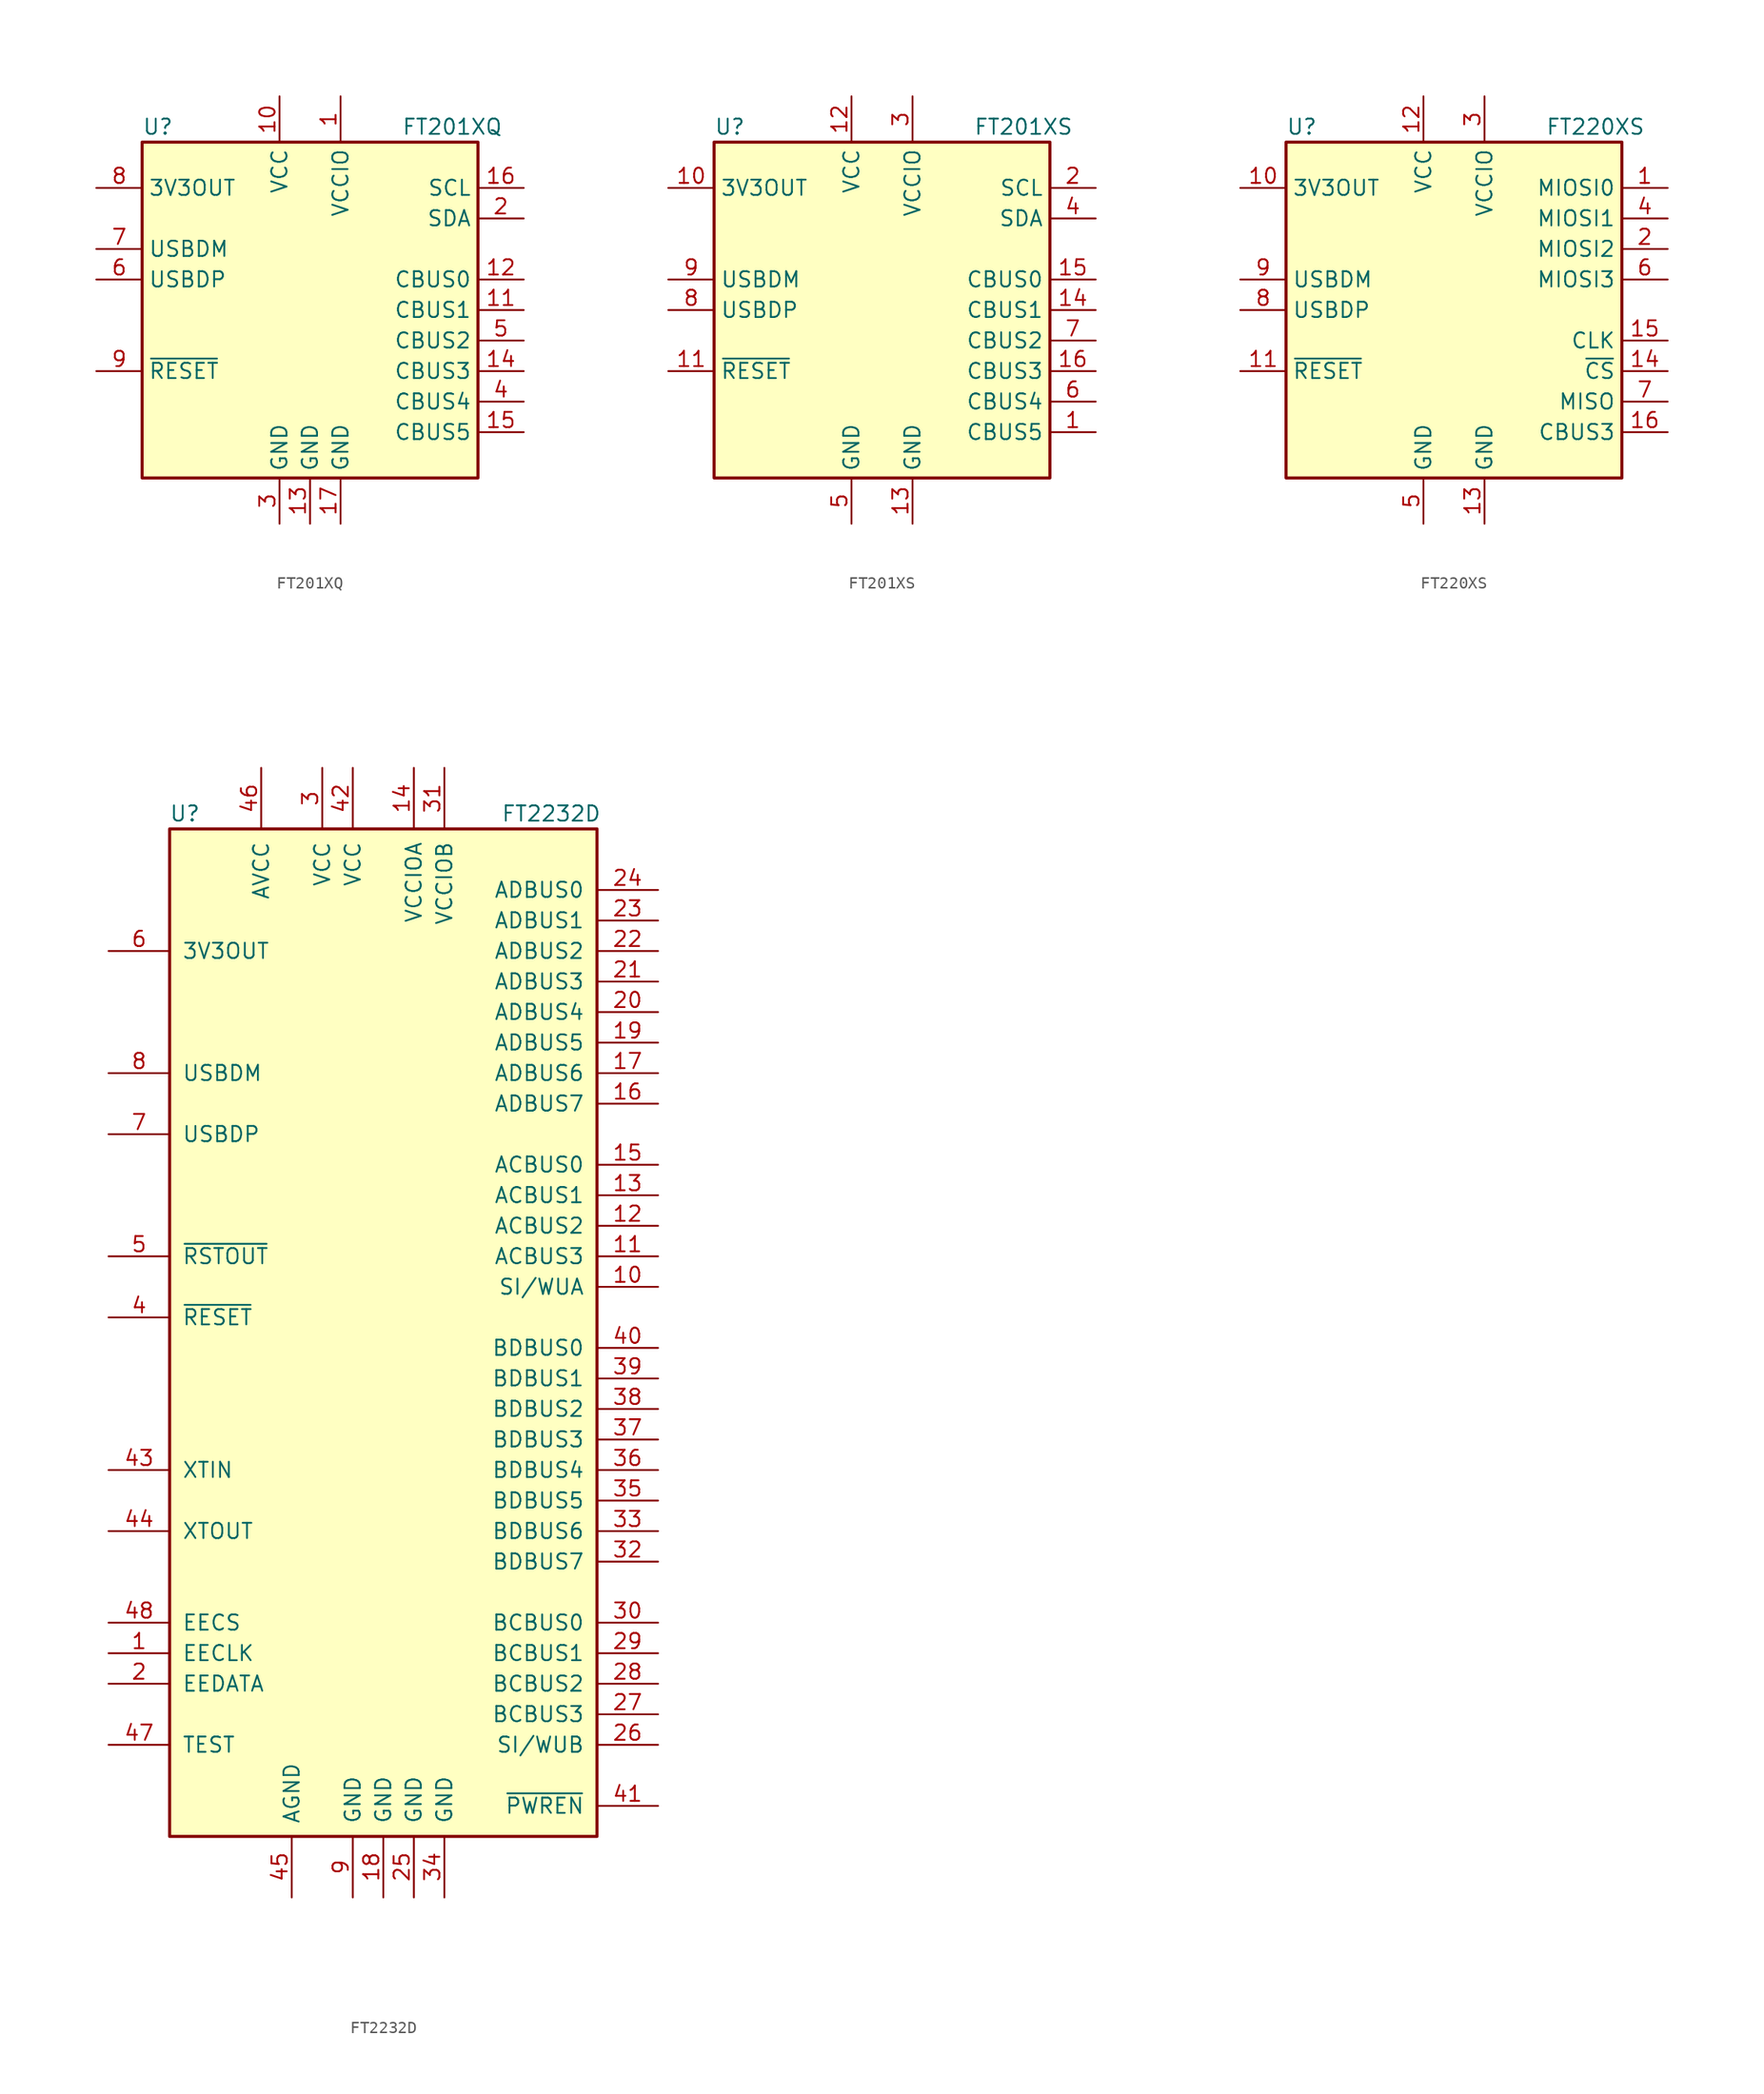
<source format=kicad_sym>
(kicad_symbol_lib
  (version 20241209)
  (generator "kicad_symbol_editor")
  (generator_version "9.0")
  (symbol "FT201XQ"
    (property "Reference" "U"
      (at -13.97 15.24 0)
      (effects (font (size 1.27 1.27)) (justify left)))
    (property "Value" "FT201XQ"
      (at 7.62 15.24 0)
      (effects (font (size 1.27 1.27)) (justify left)))
    (symbol "FT201XQ_0_1"
      (rectangle (start -13.97 13.97) (end 13.97 -13.97) (stroke (width 0.254) (type default)) (fill (type background))))
    (symbol "FT201XQ_1_1"
      (pin power_out line (at -17.78 10.16 0) (length 3.81) (name "3V3OUT" (effects (font (size 1.27 1.27)))) (number "8" (effects (font (size 1.27 1.27)))))
      (pin bidirectional line (at -17.78 5.08 0) (length 3.81) (name "USBDM" (effects (font (size 1.27 1.27)))) (number "7" (effects (font (size 1.27 1.27)))))
      (pin bidirectional line (at -17.78 2.54 0) (length 3.81) (name "USBDP" (effects (font (size 1.27 1.27)))) (number "6" (effects (font (size 1.27 1.27)))))
      (pin input line (at -17.78 -5.08 0) (length 3.81) (name "~{RESET}" (effects (font (size 1.27 1.27)))) (number "9" (effects (font (size 1.27 1.27)))))
      (pin power_in line (at -2.54 17.78 270) (length 3.81) (name "VCC" (effects (font (size 1.27 1.27)))) (number "10" (effects (font (size 1.27 1.27)))))
      (pin power_in line (at -2.54 -17.78 90) (length 3.81) (name "GND" (effects (font (size 1.27 1.27)))) (number "3" (effects (font (size 1.27 1.27)))))
      (pin power_in line (at 0 -17.78 90) (length 3.81) (name "GND" (effects (font (size 1.27 1.27)))) (number "13" (effects (font (size 1.27 1.27)))))
      (pin power_in line (at 2.54 17.78 270) (length 3.81) (name "VCCIO" (effects (font (size 1.27 1.27)))) (number "1" (effects (font (size 1.27 1.27)))))
      (pin power_in line (at 2.54 -17.78 90) (length 3.81) (name "GND" (effects (font (size 1.27 1.27)))) (number "17" (effects (font (size 1.27 1.27)))))
      (pin input line (at 17.78 10.16 180) (length 3.81) (name "SCL" (effects (font (size 1.27 1.27)))) (number "16" (effects (font (size 1.27 1.27)))))
      (pin bidirectional line (at 17.78 7.62 180) (length 3.81) (name "SDA" (effects (font (size 1.27 1.27)))) (number "2" (effects (font (size 1.27 1.27)))))
      (pin bidirectional line (at 17.78 2.54 180) (length 3.81) (name "CBUS0" (effects (font (size 1.27 1.27)))) (number "12" (effects (font (size 1.27 1.27)))))
      (pin bidirectional line (at 17.78 0 180) (length 3.81) (name "CBUS1" (effects (font (size 1.27 1.27)))) (number "11" (effects (font (size 1.27 1.27)))))
      (pin bidirectional line (at 17.78 -2.54 180) (length 3.81) (name "CBUS2" (effects (font (size 1.27 1.27)))) (number "5" (effects (font (size 1.27 1.27)))))
      (pin bidirectional line (at 17.78 -5.08 180) (length 3.81) (name "CBUS3" (effects (font (size 1.27 1.27)))) (number "14" (effects (font (size 1.27 1.27)))))
      (pin bidirectional line (at 17.78 -7.62 180) (length 3.81) (name "CBUS4" (effects (font (size 1.27 1.27)))) (number "4" (effects (font (size 1.27 1.27)))))
      (pin bidirectional line (at 17.78 -10.16 180) (length 3.81) (name "CBUS5" (effects (font (size 1.27 1.27)))) (number "15" (effects (font (size 1.27 1.27)))))))
  (symbol "FT201XS"
    (property "Reference" "U"
      (at -13.97 15.24 0)
      (effects (font (size 1.27 1.27)) (justify left)))
    (property "Value" "FT201XS"
      (at 7.62 15.24 0)
      (effects (font (size 1.27 1.27)) (justify left)))
    (symbol "FT201XS_0_1"
      (rectangle (start -13.97 13.97) (end 13.97 -13.97) (stroke (width 0.254) (type default)) (fill (type background))))
    (symbol "FT201XS_1_1"
      (pin power_out line (at -17.78 10.16 0) (length 3.81) (name "3V3OUT" (effects (font (size 1.27 1.27)))) (number "10" (effects (font (size 1.27 1.27)))))
      (pin bidirectional line (at -17.78 2.54 0) (length 3.81) (name "USBDM" (effects (font (size 1.27 1.27)))) (number "9" (effects (font (size 1.27 1.27)))))
      (pin bidirectional line (at -17.78 0 0) (length 3.81) (name "USBDP" (effects (font (size 1.27 1.27)))) (number "8" (effects (font (size 1.27 1.27)))))
      (pin input line (at -17.78 -5.08 0) (length 3.81) (name "~{RESET}" (effects (font (size 1.27 1.27)))) (number "11" (effects (font (size 1.27 1.27)))))
      (pin power_in line (at -2.54 17.78 270) (length 3.81) (name "VCC" (effects (font (size 1.27 1.27)))) (number "12" (effects (font (size 1.27 1.27)))))
      (pin power_in line (at -2.54 -17.78 90) (length 3.81) (name "GND" (effects (font (size 1.27 1.27)))) (number "5" (effects (font (size 1.27 1.27)))))
      (pin power_out line (at 2.54 17.78 270) (length 3.81) (name "VCCIO" (effects (font (size 1.27 1.27)))) (number "3" (effects (font (size 1.27 1.27)))))
      (pin power_in line (at 2.54 -17.78 90) (length 3.81) (name "GND" (effects (font (size 1.27 1.27)))) (number "13" (effects (font (size 1.27 1.27)))))
      (pin input line (at 17.78 10.16 180) (length 3.81) (name "SCL" (effects (font (size 1.27 1.27)))) (number "2" (effects (font (size 1.27 1.27)))))
      (pin bidirectional line (at 17.78 7.62 180) (length 3.81) (name "SDA" (effects (font (size 1.27 1.27)))) (number "4" (effects (font (size 1.27 1.27)))))
      (pin bidirectional line (at 17.78 2.54 180) (length 3.81) (name "CBUS0" (effects (font (size 1.27 1.27)))) (number "15" (effects (font (size 1.27 1.27)))))
      (pin bidirectional line (at 17.78 0 180) (length 3.81) (name "CBUS1" (effects (font (size 1.27 1.27)))) (number "14" (effects (font (size 1.27 1.27)))))
      (pin bidirectional line (at 17.78 -2.54 180) (length 3.81) (name "CBUS2" (effects (font (size 1.27 1.27)))) (number "7" (effects (font (size 1.27 1.27)))))
      (pin bidirectional line (at 17.78 -5.08 180) (length 3.81) (name "CBUS3" (effects (font (size 1.27 1.27)))) (number "16" (effects (font (size 1.27 1.27)))))
      (pin bidirectional line (at 17.78 -7.62 180) (length 3.81) (name "CBUS4" (effects (font (size 1.27 1.27)))) (number "6" (effects (font (size 1.27 1.27)))))
      (pin bidirectional line (at 17.78 -10.16 180) (length 3.81) (name "CBUS5" (effects (font (size 1.27 1.27)))) (number "1" (effects (font (size 1.27 1.27)))))))
  (symbol "FT220XS"
    (property "Reference" "U"
      (at -13.97 15.24 0)
      (effects (font (size 1.27 1.27)) (justify left)))
    (property "Value" "FT220XS"
      (at 7.62 15.24 0)
      (effects (font (size 1.27 1.27)) (justify left)))
    (symbol "FT220XS_0_1"
      (rectangle (start -13.97 13.97) (end 13.97 -13.97) (stroke (width 0.254) (type default)) (fill (type background))))
    (symbol "FT220XS_1_1"
      (pin power_out line (at -17.78 10.16 0) (length 3.81) (name "3V3OUT" (effects (font (size 1.27 1.27)))) (number "10" (effects (font (size 1.27 1.27)))))
      (pin bidirectional line (at -17.78 2.54 0) (length 3.81) (name "USBDM" (effects (font (size 1.27 1.27)))) (number "9" (effects (font (size 1.27 1.27)))))
      (pin bidirectional line (at -17.78 0 0) (length 3.81) (name "USBDP" (effects (font (size 1.27 1.27)))) (number "8" (effects (font (size 1.27 1.27)))))
      (pin input line (at -17.78 -5.08 0) (length 3.81) (name "~{RESET}" (effects (font (size 1.27 1.27)))) (number "11" (effects (font (size 1.27 1.27)))))
      (pin power_in line (at -2.54 17.78 270) (length 3.81) (name "VCC" (effects (font (size 1.27 1.27)))) (number "12" (effects (font (size 1.27 1.27)))))
      (pin power_in line (at -2.54 -17.78 90) (length 3.81) (name "GND" (effects (font (size 1.27 1.27)))) (number "5" (effects (font (size 1.27 1.27)))))
      (pin power_in line (at 2.54 17.78 270) (length 3.81) (name "VCCIO" (effects (font (size 1.27 1.27)))) (number "3" (effects (font (size 1.27 1.27)))))
      (pin power_in line (at 2.54 -17.78 90) (length 3.81) (name "GND" (effects (font (size 1.27 1.27)))) (number "13" (effects (font (size 1.27 1.27)))))
      (pin input line (at 17.78 10.16 180) (length 3.81) (name "MIOSI0" (effects (font (size 1.27 1.27)))) (number "1" (effects (font (size 1.27 1.27)))))
      (pin input line (at 17.78 7.62 180) (length 3.81) (name "MIOSI1" (effects (font (size 1.27 1.27)))) (number "4" (effects (font (size 1.27 1.27)))))
      (pin input line (at 17.78 5.08 180) (length 3.81) (name "MIOSI2" (effects (font (size 1.27 1.27)))) (number "2" (effects (font (size 1.27 1.27)))))
      (pin input line (at 17.78 2.54 180) (length 3.81) (name "MIOSI3" (effects (font (size 1.27 1.27)))) (number "6" (effects (font (size 1.27 1.27)))))
      (pin input line (at 17.78 -2.54 180) (length 3.81) (name "CLK" (effects (font (size 1.27 1.27)))) (number "15" (effects (font (size 1.27 1.27)))))
      (pin input line (at 17.78 -5.08 180) (length 3.81) (name "~{CS}" (effects (font (size 1.27 1.27)))) (number "14" (effects (font (size 1.27 1.27)))))
      (pin input line (at 17.78 -7.62 180) (length 3.81) (name "MISO" (effects (font (size 1.27 1.27)))) (number "7" (effects (font (size 1.27 1.27)))))
      (pin bidirectional line (at 17.78 -10.16 180) (length 3.81) (name "CBUS3" (effects (font (size 1.27 1.27)))) (number "16" (effects (font (size 1.27 1.27)))))))
  (symbol "FT2232D"
    (pin_names
      (offset 1.016))
    (property "Reference" "U"
      (at -16.51 44.45 0)
      (effects (font (size 1.27 1.27))))
    (property "Value" "FT2232D"
      (at 13.97 44.45 0)
      (effects (font (size 1.27 1.27))))
    (symbol "FT2232D_0_1"
      (rectangle (start -17.78 -40.64) (end 17.78 43.18) (stroke (width 0.254) (type default)) (fill (type background))))
    (symbol "FT2232D_1_1"
      (pin power_out line (at -22.86 33.02 0) (length 5.08) (name "3V3OUT" (effects (font (size 1.27 1.27)))) (number "6" (effects (font (size 1.27 1.27)))))
      (pin bidirectional line (at -22.86 22.86 0) (length 5.08) (name "USBDM" (effects (font (size 1.27 1.27)))) (number "8" (effects (font (size 1.27 1.27)))))
      (pin bidirectional line (at -22.86 17.78 0) (length 5.08) (name "USBDP" (effects (font (size 1.27 1.27)))) (number "7" (effects (font (size 1.27 1.27)))))
      (pin output line (at -22.86 7.62 0) (length 5.08) (name "~{RSTOUT}" (effects (font (size 1.27 1.27)))) (number "5" (effects (font (size 1.27 1.27)))))
      (pin input line (at -22.86 2.54 0) (length 5.08) (name "~{RESET}" (effects (font (size 1.27 1.27)))) (number "4" (effects (font (size 1.27 1.27)))))
      (pin input line (at -22.86 -10.16 0) (length 5.08) (name "XTIN" (effects (font (size 1.27 1.27)))) (number "43" (effects (font (size 1.27 1.27)))))
      (pin output line (at -22.86 -15.24 0) (length 5.08) (name "XTOUT" (effects (font (size 1.27 1.27)))) (number "44" (effects (font (size 1.27 1.27)))))
      (pin bidirectional line (at -22.86 -22.86 0) (length 5.08) (name "EECS" (effects (font (size 1.27 1.27)))) (number "48" (effects (font (size 1.27 1.27)))))
      (pin output line (at -22.86 -25.4 0) (length 5.08) (name "EECLK" (effects (font (size 1.27 1.27)))) (number "1" (effects (font (size 1.27 1.27)))))
      (pin bidirectional line (at -22.86 -27.94 0) (length 5.08) (name "EEDATA" (effects (font (size 1.27 1.27)))) (number "2" (effects (font (size 1.27 1.27)))))
      (pin input line (at -22.86 -33.02 0) (length 5.08) (name "TEST" (effects (font (size 1.27 1.27)))) (number "47" (effects (font (size 1.27 1.27)))))
      (pin power_in line (at -10.16 48.26 270) (length 5.08) (name "AVCC" (effects (font (size 1.27 1.27)))) (number "46" (effects (font (size 1.27 1.27)))))
      (pin power_in line (at -7.62 -45.72 90) (length 5.08) (name "AGND" (effects (font (size 1.27 1.27)))) (number "45" (effects (font (size 1.27 1.27)))))
      (pin power_in line (at -5.08 48.26 270) (length 5.08) (name "VCC" (effects (font (size 1.27 1.27)))) (number "3" (effects (font (size 1.27 1.27)))))
      (pin power_in line (at -2.54 48.26 270) (length 5.08) (name "VCC" (effects (font (size 1.27 1.27)))) (number "42" (effects (font (size 1.27 1.27)))))
      (pin power_in line (at -2.54 -45.72 90) (length 5.08) (name "GND" (effects (font (size 1.27 1.27)))) (number "9" (effects (font (size 1.27 1.27)))))
      (pin power_in line (at 0 -45.72 90) (length 5.08) (name "GND" (effects (font (size 1.27 1.27)))) (number "18" (effects (font (size 1.27 1.27)))))
      (pin power_in line (at 2.54 48.26 270) (length 5.08) (name "VCCIOA" (effects (font (size 1.27 1.27)))) (number "14" (effects (font (size 1.27 1.27)))))
      (pin power_in line (at 2.54 -45.72 90) (length 5.08) (name "GND" (effects (font (size 1.27 1.27)))) (number "25" (effects (font (size 1.27 1.27)))))
      (pin power_in line (at 5.08 48.26 270) (length 5.08) (name "VCCIOB" (effects (font (size 1.27 1.27)))) (number "31" (effects (font (size 1.27 1.27)))))
      (pin power_in line (at 5.08 -45.72 90) (length 5.08) (name "GND" (effects (font (size 1.27 1.27)))) (number "34" (effects (font (size 1.27 1.27)))))
      (pin bidirectional line (at 22.86 38.1 180) (length 5.08) (name "ADBUS0" (effects (font (size 1.27 1.27)))) (number "24" (effects (font (size 1.27 1.27)))))
      (pin bidirectional line (at 22.86 35.56 180) (length 5.08) (name "ADBUS1" (effects (font (size 1.27 1.27)))) (number "23" (effects (font (size 1.27 1.27)))))
      (pin bidirectional line (at 22.86 33.02 180) (length 5.08) (name "ADBUS2" (effects (font (size 1.27 1.27)))) (number "22" (effects (font (size 1.27 1.27)))))
      (pin bidirectional line (at 22.86 30.48 180) (length 5.08) (name "ADBUS3" (effects (font (size 1.27 1.27)))) (number "21" (effects (font (size 1.27 1.27)))))
      (pin bidirectional line (at 22.86 27.94 180) (length 5.08) (name "ADBUS4" (effects (font (size 1.27 1.27)))) (number "20" (effects (font (size 1.27 1.27)))))
      (pin bidirectional line (at 22.86 25.4 180) (length 5.08) (name "ADBUS5" (effects (font (size 1.27 1.27)))) (number "19" (effects (font (size 1.27 1.27)))))
      (pin bidirectional line (at 22.86 22.86 180) (length 5.08) (name "ADBUS6" (effects (font (size 1.27 1.27)))) (number "17" (effects (font (size 1.27 1.27)))))
      (pin bidirectional line (at 22.86 20.32 180) (length 5.08) (name "ADBUS7" (effects (font (size 1.27 1.27)))) (number "16" (effects (font (size 1.27 1.27)))))
      (pin bidirectional line (at 22.86 15.24 180) (length 5.08) (name "ACBUS0" (effects (font (size 1.27 1.27)))) (number "15" (effects (font (size 1.27 1.27)))))
      (pin bidirectional line (at 22.86 12.7 180) (length 5.08) (name "ACBUS1" (effects (font (size 1.27 1.27)))) (number "13" (effects (font (size 1.27 1.27)))))
      (pin bidirectional line (at 22.86 10.16 180) (length 5.08) (name "ACBUS2" (effects (font (size 1.27 1.27)))) (number "12" (effects (font (size 1.27 1.27)))))
      (pin bidirectional line (at 22.86 7.62 180) (length 5.08) (name "ACBUS3" (effects (font (size 1.27 1.27)))) (number "11" (effects (font (size 1.27 1.27)))))
      (pin bidirectional line (at 22.86 5.08 180) (length 5.08) (name "SI/WUA" (effects (font (size 1.27 1.27)))) (number "10" (effects (font (size 1.27 1.27)))))
      (pin output line (at 22.86 0 180) (length 5.08) (name "BDBUS0" (effects (font (size 1.27 1.27)))) (number "40" (effects (font (size 1.27 1.27)))))
      (pin output line (at 22.86 -2.54 180) (length 5.08) (name "BDBUS1" (effects (font (size 1.27 1.27)))) (number "39" (effects (font (size 1.27 1.27)))))
      (pin output line (at 22.86 -5.08 180) (length 5.08) (name "BDBUS2" (effects (font (size 1.27 1.27)))) (number "38" (effects (font (size 1.27 1.27)))))
      (pin output line (at 22.86 -7.62 180) (length 5.08) (name "BDBUS3" (effects (font (size 1.27 1.27)))) (number "37" (effects (font (size 1.27 1.27)))))
      (pin output line (at 22.86 -10.16 180) (length 5.08) (name "BDBUS4" (effects (font (size 1.27 1.27)))) (number "36" (effects (font (size 1.27 1.27)))))
      (pin output line (at 22.86 -12.7 180) (length 5.08) (name "BDBUS5" (effects (font (size 1.27 1.27)))) (number "35" (effects (font (size 1.27 1.27)))))
      (pin output line (at 22.86 -15.24 180) (length 5.08) (name "BDBUS6" (effects (font (size 1.27 1.27)))) (number "33" (effects (font (size 1.27 1.27)))))
      (pin output line (at 22.86 -17.78 180) (length 5.08) (name "BDBUS7" (effects (font (size 1.27 1.27)))) (number "32" (effects (font (size 1.27 1.27)))))
      (pin output line (at 22.86 -22.86 180) (length 5.08) (name "BCBUS0" (effects (font (size 1.27 1.27)))) (number "30" (effects (font (size 1.27 1.27)))))
      (pin output line (at 22.86 -25.4 180) (length 5.08) (name "BCBUS1" (effects (font (size 1.27 1.27)))) (number "29" (effects (font (size 1.27 1.27)))))
      (pin output line (at 22.86 -27.94 180) (length 5.08) (name "BCBUS2" (effects (font (size 1.27 1.27)))) (number "28" (effects (font (size 1.27 1.27)))))
      (pin output line (at 22.86 -30.48 180) (length 5.08) (name "BCBUS3" (effects (font (size 1.27 1.27)))) (number "27" (effects (font (size 1.27 1.27)))))
      (pin output line (at 22.86 -33.02 180) (length 5.08) (name "SI/WUB" (effects (font (size 1.27 1.27)))) (number "26" (effects (font (size 1.27 1.27)))))
      (pin output line (at 22.86 -38.1 180) (length 5.08) (name "~{PWREN}" (effects (font (size 1.27 1.27)))) (number "41" (effects (font (size 1.27 1.27))))))))
</source>
